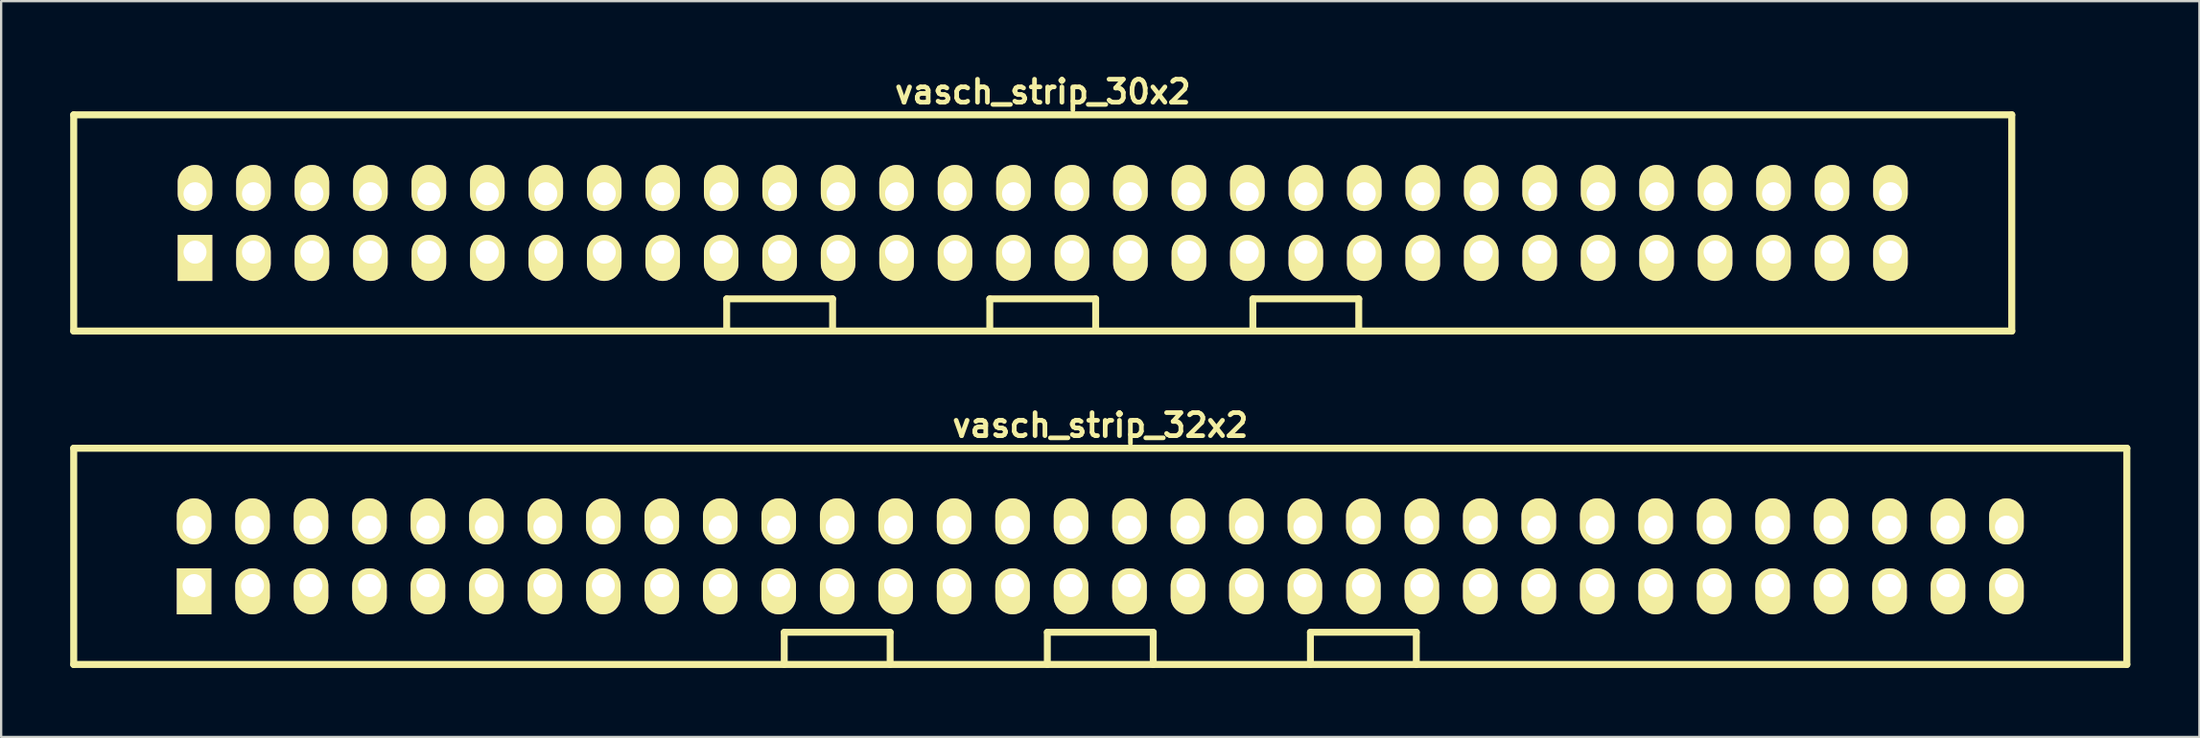
<source format=kicad_pcb>
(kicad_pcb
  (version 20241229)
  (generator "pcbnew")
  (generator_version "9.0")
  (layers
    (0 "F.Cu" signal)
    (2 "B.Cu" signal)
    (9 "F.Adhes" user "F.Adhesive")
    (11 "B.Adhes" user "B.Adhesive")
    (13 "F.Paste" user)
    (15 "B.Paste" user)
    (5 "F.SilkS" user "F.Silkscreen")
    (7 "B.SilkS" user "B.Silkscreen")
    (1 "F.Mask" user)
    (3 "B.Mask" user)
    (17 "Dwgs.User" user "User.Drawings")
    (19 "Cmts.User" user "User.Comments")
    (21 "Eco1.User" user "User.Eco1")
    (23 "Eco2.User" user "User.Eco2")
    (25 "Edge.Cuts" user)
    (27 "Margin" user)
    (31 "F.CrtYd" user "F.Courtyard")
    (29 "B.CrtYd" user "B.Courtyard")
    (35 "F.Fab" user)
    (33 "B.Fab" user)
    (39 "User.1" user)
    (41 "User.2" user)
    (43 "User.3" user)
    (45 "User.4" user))
  (footprint "vasch_strip_30x2"
    (layer "F.Cu")
    (at 42.252 6.642)
    (property "Reference" "vasch_strip_30x2" (at 0 -5.7 0) (layer "F.SilkS") (effects (font (size 1 1) (thickness 0.203))))
    (attr through_hole)
    (fp_line (start -42.1 -4.7) (end -42.1 4.7) (stroke (width 0.305) (type solid)) (layer "F.SilkS"))
    (fp_line (start -42.1 4.7) (end 42.1 4.7) (stroke (width 0.305) (type solid)) (layer "F.SilkS"))
    (fp_line (start -13.73 3.3) (end -13.73 4.7) (stroke (width 0.3) (type solid)) (layer "F.SilkS"))
    (fp_line (start -9.13 3.3) (end -13.73 3.3) (stroke (width 0.3) (type solid)) (layer "F.SilkS"))
    (fp_line (start -9.13 4.7) (end -9.13 3.3) (stroke (width 0.3) (type solid)) (layer "F.SilkS"))
    (fp_line (start -2.3 3.3) (end -2.3 4.7) (stroke (width 0.3) (type solid)) (layer "F.SilkS"))
    (fp_line (start 2.3 3.3) (end -2.3 3.3) (stroke (width 0.3) (type solid)) (layer "F.SilkS"))
    (fp_line (start 2.3 4.7) (end 2.3 3.3) (stroke (width 0.3) (type solid)) (layer "F.SilkS"))
    (fp_line (start 9.13 3.3) (end 9.13 4.7) (stroke (width 0.3) (type solid)) (layer "F.SilkS"))
    (fp_line (start 13.73 3.3) (end 9.13 3.3) (stroke (width 0.3) (type solid)) (layer "F.SilkS"))
    (fp_line (start 13.73 4.7) (end 13.73 3.3) (stroke (width 0.3) (type solid)) (layer "F.SilkS"))
    (fp_line (start 42.1 -4.7) (end -42.1 -4.7) (stroke (width 0.305) (type solid)) (layer "F.SilkS"))
    (fp_line (start 42.1 -4.7) (end 42.1 4.7) (stroke (width 0.305) (type solid)) (layer "F.SilkS"))
    (pad "1" thru_hole rect (at -36.83 1.27) (size 1.5 2) (drill 1 (offset 0 0.25)) (layers "*.Cu" "*.Mask" "F.SilkS"))
    (pad "2" thru_hole oval (at -36.83 -1.27) (size 1.5 2) (drill 1 (offset 0 -0.25)) (layers "*.Cu" "*.Mask" "F.SilkS"))
    (pad "3" thru_hole oval (at -34.29 1.27) (size 1.5 2) (drill 1 (offset 0 0.25)) (layers "*.Cu" "*.Mask" "F.SilkS"))
    (pad "4" thru_hole oval (at -34.29 -1.27) (size 1.5 2) (drill 1 (offset 0 -0.25)) (layers "*.Cu" "*.Mask" "F.SilkS"))
    (pad "5" thru_hole oval (at -31.75 1.27) (size 1.5 2) (drill 1 (offset 0 0.25)) (layers "*.Cu" "*.Mask" "F.SilkS"))
    (pad "6" thru_hole oval (at -31.75 -1.27) (size 1.5 2) (drill 1 (offset 0 -0.25)) (layers "*.Cu" "*.Mask" "F.SilkS"))
    (pad "7" thru_hole oval (at -29.21 1.27) (size 1.5 2) (drill 1 (offset 0 0.25)) (layers "*.Cu" "*.Mask" "F.SilkS"))
    (pad "8" thru_hole oval (at -29.21 -1.27) (size 1.5 2) (drill 1 (offset 0 -0.25)) (layers "*.Cu" "*.Mask" "F.SilkS"))
    (pad "9" thru_hole oval (at -26.67 1.27) (size 1.5 2) (drill 1 (offset 0 0.25)) (layers "*.Cu" "*.Mask" "F.SilkS"))
    (pad "10" thru_hole oval (at -26.67 -1.27) (size 1.5 2) (drill 1 (offset 0 -0.25)) (layers "*.Cu" "*.Mask" "F.SilkS"))
    (pad "11" thru_hole oval (at -24.13 1.27) (size 1.5 2) (drill 1 (offset 0 0.25)) (layers "*.Cu" "*.Mask" "F.SilkS"))
    (pad "12" thru_hole oval (at -24.13 -1.27) (size 1.5 2) (drill 1 (offset 0 -0.25)) (layers "*.Cu" "*.Mask" "F.SilkS"))
    (pad "13" thru_hole oval (at -21.59 1.27) (size 1.5 2) (drill 1 (offset 0 0.25)) (layers "*.Cu" "*.Mask" "F.SilkS"))
    (pad "14" thru_hole oval (at -21.59 -1.27) (size 1.5 2) (drill 1 (offset 0 -0.25)) (layers "*.Cu" "*.Mask" "F.SilkS"))
    (pad "15" thru_hole oval (at -19.05 1.27) (size 1.5 2) (drill 1 (offset 0 0.25)) (layers "*.Cu" "*.Mask" "F.SilkS"))
    (pad "16" thru_hole oval (at -19.05 -1.27) (size 1.5 2) (drill 1 (offset 0 -0.25)) (layers "*.Cu" "*.Mask" "F.SilkS"))
    (pad "17" thru_hole oval (at -16.51 1.27) (size 1.5 2) (drill 1 (offset 0 0.25)) (layers "*.Cu" "*.Mask" "F.SilkS"))
    (pad "18" thru_hole oval (at -16.51 -1.27) (size 1.5 2) (drill 1 (offset 0 -0.25)) (layers "*.Cu" "*.Mask" "F.SilkS"))
    (pad "19" thru_hole oval (at -13.97 1.27) (size 1.5 2) (drill 1 (offset 0 0.25)) (layers "*.Cu" "*.Mask" "F.SilkS"))
    (pad "20" thru_hole oval (at -13.97 -1.27) (size 1.5 2) (drill 1 (offset 0 -0.25)) (layers "*.Cu" "*.Mask" "F.SilkS"))
    (pad "21" thru_hole oval (at -11.43 1.27) (size 1.5 2) (drill 1 (offset 0 0.25)) (layers "*.Cu" "*.Mask" "F.SilkS"))
    (pad "22" thru_hole oval (at -11.43 -1.27) (size 1.5 2) (drill 1 (offset 0 -0.25)) (layers "*.Cu" "*.Mask" "F.SilkS"))
    (pad "23" thru_hole oval (at -8.89 1.27) (size 1.5 2) (drill 1 (offset 0 0.25)) (layers "*.Cu" "*.Mask" "F.SilkS"))
    (pad "24" thru_hole oval (at -8.89 -1.27) (size 1.5 2) (drill 1 (offset 0 -0.25)) (layers "*.Cu" "*.Mask" "F.SilkS"))
    (pad "25" thru_hole oval (at -6.35 1.27) (size 1.5 2) (drill 1 (offset 0 0.25)) (layers "*.Cu" "*.Mask" "F.SilkS"))
    (pad "26" thru_hole oval (at -6.35 -1.27) (size 1.5 2) (drill 1 (offset 0 -0.25)) (layers "*.Cu" "*.Mask" "F.SilkS"))
    (pad "27" thru_hole oval (at -3.81 1.27) (size 1.5 2) (drill 1 (offset 0 0.25)) (layers "*.Cu" "*.Mask" "F.SilkS"))
    (pad "28" thru_hole oval (at -3.81 -1.27) (size 1.5 2) (drill 1 (offset 0 -0.25)) (layers "*.Cu" "*.Mask" "F.SilkS"))
    (pad "29" thru_hole oval (at -1.27 1.27) (size 1.5 2) (drill 1 (offset 0 0.25)) (layers "*.Cu" "*.Mask" "F.SilkS"))
    (pad "30" thru_hole oval (at -1.27 -1.27) (size 1.5 2) (drill 1 (offset 0 -0.25)) (layers "*.Cu" "*.Mask" "F.SilkS"))
    (pad "31" thru_hole oval (at 1.27 1.27) (size 1.5 2) (drill 1 (offset 0 0.25)) (layers "*.Cu" "*.Mask" "F.SilkS"))
    (pad "32" thru_hole oval (at 1.27 -1.27) (size 1.5 2) (drill 1 (offset 0 -0.25)) (layers "*.Cu" "*.Mask" "F.SilkS"))
    (pad "33" thru_hole oval (at 3.81 1.27) (size 1.5 2) (drill 1 (offset 0 0.25)) (layers "*.Cu" "*.Mask" "F.SilkS"))
    (pad "34" thru_hole oval (at 3.81 -1.27) (size 1.5 2) (drill 1 (offset 0 -0.25)) (layers "*.Cu" "*.Mask" "F.SilkS"))
    (pad "35" thru_hole oval (at 6.35 1.27) (size 1.5 2) (drill 1 (offset 0 0.25)) (layers "*.Cu" "*.Mask" "F.SilkS"))
    (pad "36" thru_hole oval (at 6.35 -1.27) (size 1.5 2) (drill 1 (offset 0 -0.25)) (layers "*.Cu" "*.Mask" "F.SilkS"))
    (pad "37" thru_hole oval (at 8.89 1.27) (size 1.5 2) (drill 1 (offset 0 0.25)) (layers "*.Cu" "*.Mask" "F.SilkS"))
    (pad "38" thru_hole oval (at 8.89 -1.27) (size 1.5 2) (drill 1 (offset 0 -0.25)) (layers "*.Cu" "*.Mask" "F.SilkS"))
    (pad "39" thru_hole oval (at 11.43 1.27) (size 1.5 2) (drill 1 (offset 0 0.25)) (layers "*.Cu" "*.Mask" "F.SilkS"))
    (pad "40" thru_hole oval (at 11.43 -1.27) (size 1.5 2) (drill 1 (offset 0 -0.25)) (layers "*.Cu" "*.Mask" "F.SilkS"))
    (pad "41" thru_hole oval (at 13.97 1.27) (size 1.5 2) (drill 1 (offset 0 0.25)) (layers "*.Cu" "*.Mask" "F.SilkS"))
    (pad "42" thru_hole oval (at 13.97 -1.27) (size 1.5 2) (drill 1 (offset 0 -0.25)) (layers "*.Cu" "*.Mask" "F.SilkS"))
    (pad "43" thru_hole oval (at 16.51 1.27) (size 1.5 2) (drill 1 (offset 0 0.25)) (layers "*.Cu" "*.Mask" "F.SilkS"))
    (pad "44" thru_hole oval (at 16.51 -1.27) (size 1.5 2) (drill 1 (offset 0 -0.25)) (layers "*.Cu" "*.Mask" "F.SilkS"))
    (pad "45" thru_hole oval (at 19.05 1.27) (size 1.5 2) (drill 1 (offset 0 0.25)) (layers "*.Cu" "*.Mask" "F.SilkS"))
    (pad "46" thru_hole oval (at 19.05 -1.27) (size 1.5 2) (drill 1 (offset 0 -0.25)) (layers "*.Cu" "*.Mask" "F.SilkS"))
    (pad "47" thru_hole oval (at 21.59 1.27) (size 1.5 2) (drill 1 (offset 0 0.25)) (layers "*.Cu" "*.Mask" "F.SilkS"))
    (pad "48" thru_hole oval (at 21.59 -1.27) (size 1.5 2) (drill 1 (offset 0 -0.25)) (layers "*.Cu" "*.Mask" "F.SilkS"))
    (pad "49" thru_hole oval (at 24.13 1.27) (size 1.5 2) (drill 1 (offset 0 0.25)) (layers "*.Cu" "*.Mask" "F.SilkS"))
    (pad "50" thru_hole oval (at 24.13 -1.27) (size 1.5 2) (drill 1 (offset 0 -0.25)) (layers "*.Cu" "*.Mask" "F.SilkS"))
    (pad "51" thru_hole oval (at 26.67 1.27) (size 1.5 2) (drill 1 (offset 0 0.25)) (layers "*.Cu" "*.Mask" "F.SilkS"))
    (pad "52" thru_hole oval (at 26.67 -1.27) (size 1.5 2) (drill 1 (offset 0 -0.25)) (layers "*.Cu" "*.Mask" "F.SilkS"))
    (pad "53" thru_hole oval (at 29.21 1.27) (size 1.5 2) (drill 1 (offset 0 0.25)) (layers "*.Cu" "*.Mask" "F.SilkS"))
    (pad "54" thru_hole oval (at 29.21 -1.27) (size 1.5 2) (drill 1 (offset 0 -0.25)) (layers "*.Cu" "*.Mask" "F.SilkS"))
    (pad "55" thru_hole oval (at 31.75 1.27) (size 1.5 2) (drill 1 (offset 0 0.25)) (layers "*.Cu" "*.Mask" "F.SilkS"))
    (pad "56" thru_hole oval (at 31.75 -1.27) (size 1.5 2) (drill 1 (offset 0 -0.25)) (layers "*.Cu" "*.Mask" "F.SilkS"))
    (pad "57" thru_hole oval (at 34.29 1.27) (size 1.5 2) (drill 1 (offset 0 0.25)) (layers "*.Cu" "*.Mask" "F.SilkS"))
    (pad "58" thru_hole oval (at 34.29 -1.27) (size 1.5 2) (drill 1 (offset 0 -0.25)) (layers "*.Cu" "*.Mask" "F.SilkS"))
    (pad "59" thru_hole oval (at 36.83 1.27) (size 1.5 2) (drill 1 (offset 0 0.25)) (layers "*.Cu" "*.Mask" "F.SilkS"))
    (pad "60" thru_hole oval (at 36.83 -1.27) (size 1.5 2) (drill 1 (offset 0 -0.25)) (layers "*.Cu" "*.Mask" "F.SilkS")))
  (footprint "vasch_strip_32x2"
    (layer "F.Cu")
    (at 44.752 21.136)
    (property "Reference" "vasch_strip_32x2" (at 0 -5.7 0) (layer "F.SilkS") (effects (font (size 1 1) (thickness 0.203))))
    (attr through_hole)
    (fp_line (start -44.6 -4.7) (end -44.6 4.7) (stroke (width 0.305) (type solid)) (layer "F.SilkS"))
    (fp_line (start -44.6 4.7) (end 44.6 4.7) (stroke (width 0.305) (type solid)) (layer "F.SilkS"))
    (fp_line (start -13.73 3.3) (end -13.73 4.7) (stroke (width 0.3) (type solid)) (layer "F.SilkS"))
    (fp_line (start -9.13 3.3) (end -13.73 3.3) (stroke (width 0.3) (type solid)) (layer "F.SilkS"))
    (fp_line (start -9.13 4.7) (end -9.13 3.3) (stroke (width 0.3) (type solid)) (layer "F.SilkS"))
    (fp_line (start -2.3 3.3) (end -2.3 4.7) (stroke (width 0.3) (type solid)) (layer "F.SilkS"))
    (fp_line (start 2.3 3.3) (end -2.3 3.3) (stroke (width 0.3) (type solid)) (layer "F.SilkS"))
    (fp_line (start 2.3 4.7) (end 2.3 3.3) (stroke (width 0.3) (type solid)) (layer "F.SilkS"))
    (fp_line (start 9.13 3.3) (end 9.13 4.7) (stroke (width 0.3) (type solid)) (layer "F.SilkS"))
    (fp_line (start 13.73 3.3) (end 9.13 3.3) (stroke (width 0.3) (type solid)) (layer "F.SilkS"))
    (fp_line (start 13.73 4.7) (end 13.73 3.3) (stroke (width 0.3) (type solid)) (layer "F.SilkS"))
    (fp_line (start 44.6 -4.7) (end -44.6 -4.7) (stroke (width 0.305) (type solid)) (layer "F.SilkS"))
    (fp_line (start 44.6 -4.7) (end 44.6 4.7) (stroke (width 0.305) (type solid)) (layer "F.SilkS"))
    (pad "1" thru_hole rect (at -39.37 1.27) (size 1.5 2) (drill 1 (offset 0 0.25)) (layers "*.Cu" "*.Mask" "F.SilkS"))
    (pad "2" thru_hole oval (at -39.37 -1.27) (size 1.5 2) (drill 1 (offset 0 -0.25)) (layers "*.Cu" "*.Mask" "F.SilkS"))
    (pad "3" thru_hole oval (at -36.83 1.27) (size 1.5 2) (drill 1 (offset 0 0.25)) (layers "*.Cu" "*.Mask" "F.SilkS"))
    (pad "4" thru_hole oval (at -36.83 -1.27) (size 1.5 2) (drill 1 (offset 0 -0.25)) (layers "*.Cu" "*.Mask" "F.SilkS"))
    (pad "5" thru_hole oval (at -34.29 1.27) (size 1.5 2) (drill 1 (offset 0 0.25)) (layers "*.Cu" "*.Mask" "F.SilkS"))
    (pad "6" thru_hole oval (at -34.29 -1.27) (size 1.5 2) (drill 1 (offset 0 -0.25)) (layers "*.Cu" "*.Mask" "F.SilkS"))
    (pad "7" thru_hole oval (at -31.75 1.27) (size 1.5 2) (drill 1 (offset 0 0.25)) (layers "*.Cu" "*.Mask" "F.SilkS"))
    (pad "8" thru_hole oval (at -31.75 -1.27) (size 1.5 2) (drill 1 (offset 0 -0.25)) (layers "*.Cu" "*.Mask" "F.SilkS"))
    (pad "9" thru_hole oval (at -29.21 1.27) (size 1.5 2) (drill 1 (offset 0 0.25)) (layers "*.Cu" "*.Mask" "F.SilkS"))
    (pad "10" thru_hole oval (at -29.21 -1.27) (size 1.5 2) (drill 1 (offset 0 -0.25)) (layers "*.Cu" "*.Mask" "F.SilkS"))
    (pad "11" thru_hole oval (at -26.67 1.27) (size 1.5 2) (drill 1 (offset 0 0.25)) (layers "*.Cu" "*.Mask" "F.SilkS"))
    (pad "12" thru_hole oval (at -26.67 -1.27) (size 1.5 2) (drill 1 (offset 0 -0.25)) (layers "*.Cu" "*.Mask" "F.SilkS"))
    (pad "13" thru_hole oval (at -24.13 1.27) (size 1.5 2) (drill 1 (offset 0 0.25)) (layers "*.Cu" "*.Mask" "F.SilkS"))
    (pad "14" thru_hole oval (at -24.13 -1.27) (size 1.5 2) (drill 1 (offset 0 -0.25)) (layers "*.Cu" "*.Mask" "F.SilkS"))
    (pad "15" thru_hole oval (at -21.59 1.27) (size 1.5 2) (drill 1 (offset 0 0.25)) (layers "*.Cu" "*.Mask" "F.SilkS"))
    (pad "16" thru_hole oval (at -21.59 -1.27) (size 1.5 2) (drill 1 (offset 0 -0.25)) (layers "*.Cu" "*.Mask" "F.SilkS"))
    (pad "17" thru_hole oval (at -19.05 1.27) (size 1.5 2) (drill 1 (offset 0 0.25)) (layers "*.Cu" "*.Mask" "F.SilkS"))
    (pad "18" thru_hole oval (at -19.05 -1.27) (size 1.5 2) (drill 1 (offset 0 -0.25)) (layers "*.Cu" "*.Mask" "F.SilkS"))
    (pad "19" thru_hole oval (at -16.51 1.27) (size 1.5 2) (drill 1 (offset 0 0.25)) (layers "*.Cu" "*.Mask" "F.SilkS"))
    (pad "20" thru_hole oval (at -16.51 -1.27) (size 1.5 2) (drill 1 (offset 0 -0.25)) (layers "*.Cu" "*.Mask" "F.SilkS"))
    (pad "21" thru_hole oval (at -13.97 1.27) (size 1.5 2) (drill 1 (offset 0 0.25)) (layers "*.Cu" "*.Mask" "F.SilkS"))
    (pad "22" thru_hole oval (at -13.97 -1.27) (size 1.5 2) (drill 1 (offset 0 -0.25)) (layers "*.Cu" "*.Mask" "F.SilkS"))
    (pad "23" thru_hole oval (at -11.43 1.27) (size 1.5 2) (drill 1 (offset 0 0.25)) (layers "*.Cu" "*.Mask" "F.SilkS"))
    (pad "24" thru_hole oval (at -11.43 -1.27) (size 1.5 2) (drill 1 (offset 0 -0.25)) (layers "*.Cu" "*.Mask" "F.SilkS"))
    (pad "25" thru_hole oval (at -8.89 1.27) (size 1.5 2) (drill 1 (offset 0 0.25)) (layers "*.Cu" "*.Mask" "F.SilkS"))
    (pad "26" thru_hole oval (at -8.89 -1.27) (size 1.5 2) (drill 1 (offset 0 -0.25)) (layers "*.Cu" "*.Mask" "F.SilkS"))
    (pad "27" thru_hole oval (at -6.35 1.27) (size 1.5 2) (drill 1 (offset 0 0.25)) (layers "*.Cu" "*.Mask" "F.SilkS"))
    (pad "28" thru_hole oval (at -6.35 -1.27) (size 1.5 2) (drill 1 (offset 0 -0.25)) (layers "*.Cu" "*.Mask" "F.SilkS"))
    (pad "29" thru_hole oval (at -3.81 1.27) (size 1.5 2) (drill 1 (offset 0 0.25)) (layers "*.Cu" "*.Mask" "F.SilkS"))
    (pad "30" thru_hole oval (at -3.81 -1.27) (size 1.5 2) (drill 1 (offset 0 -0.25)) (layers "*.Cu" "*.Mask" "F.SilkS"))
    (pad "31" thru_hole oval (at -1.27 1.27) (size 1.5 2) (drill 1 (offset 0 0.25)) (layers "*.Cu" "*.Mask" "F.SilkS"))
    (pad "32" thru_hole oval (at -1.27 -1.27) (size 1.5 2) (drill 1 (offset 0 -0.25)) (layers "*.Cu" "*.Mask" "F.SilkS"))
    (pad "33" thru_hole oval (at 1.27 1.27) (size 1.5 2) (drill 1 (offset 0 0.25)) (layers "*.Cu" "*.Mask" "F.SilkS"))
    (pad "34" thru_hole oval (at 1.27 -1.27) (size 1.5 2) (drill 1 (offset 0 -0.25)) (layers "*.Cu" "*.Mask" "F.SilkS"))
    (pad "35" thru_hole oval (at 3.81 1.27) (size 1.5 2) (drill 1 (offset 0 0.25)) (layers "*.Cu" "*.Mask" "F.SilkS"))
    (pad "36" thru_hole oval (at 3.81 -1.27) (size 1.5 2) (drill 1 (offset 0 -0.25)) (layers "*.Cu" "*.Mask" "F.SilkS"))
    (pad "37" thru_hole oval (at 6.35 1.27) (size 1.5 2) (drill 1 (offset 0 0.25)) (layers "*.Cu" "*.Mask" "F.SilkS"))
    (pad "38" thru_hole oval (at 6.35 -1.27) (size 1.5 2) (drill 1 (offset 0 -0.25)) (layers "*.Cu" "*.Mask" "F.SilkS"))
    (pad "39" thru_hole oval (at 8.89 1.27) (size 1.5 2) (drill 1 (offset 0 0.25)) (layers "*.Cu" "*.Mask" "F.SilkS"))
    (pad "40" thru_hole oval (at 8.89 -1.27) (size 1.5 2) (drill 1 (offset 0 -0.25)) (layers "*.Cu" "*.Mask" "F.SilkS"))
    (pad "41" thru_hole oval (at 11.43 1.27) (size 1.5 2) (drill 1 (offset 0 0.25)) (layers "*.Cu" "*.Mask" "F.SilkS"))
    (pad "42" thru_hole oval (at 11.43 -1.27) (size 1.5 2) (drill 1 (offset 0 -0.25)) (layers "*.Cu" "*.Mask" "F.SilkS"))
    (pad "43" thru_hole oval (at 13.97 1.27) (size 1.5 2) (drill 1 (offset 0 0.25)) (layers "*.Cu" "*.Mask" "F.SilkS"))
    (pad "44" thru_hole oval (at 13.97 -1.27) (size 1.5 2) (drill 1 (offset 0 -0.25)) (layers "*.Cu" "*.Mask" "F.SilkS"))
    (pad "45" thru_hole oval (at 16.51 1.27) (size 1.5 2) (drill 1 (offset 0 0.25)) (layers "*.Cu" "*.Mask" "F.SilkS"))
    (pad "46" thru_hole oval (at 16.51 -1.27) (size 1.5 2) (drill 1 (offset 0 -0.25)) (layers "*.Cu" "*.Mask" "F.SilkS"))
    (pad "47" thru_hole oval (at 19.05 1.27) (size 1.5 2) (drill 1 (offset 0 0.25)) (layers "*.Cu" "*.Mask" "F.SilkS"))
    (pad "48" thru_hole oval (at 19.05 -1.27) (size 1.5 2) (drill 1 (offset 0 -0.25)) (layers "*.Cu" "*.Mask" "F.SilkS"))
    (pad "49" thru_hole oval (at 21.59 1.27) (size 1.5 2) (drill 1 (offset 0 0.25)) (layers "*.Cu" "*.Mask" "F.SilkS"))
    (pad "50" thru_hole oval (at 21.59 -1.27) (size 1.5 2) (drill 1 (offset 0 -0.25)) (layers "*.Cu" "*.Mask" "F.SilkS"))
    (pad "51" thru_hole oval (at 24.13 1.27) (size 1.5 2) (drill 1 (offset 0 0.25)) (layers "*.Cu" "*.Mask" "F.SilkS"))
    (pad "52" thru_hole oval (at 24.13 -1.27) (size 1.5 2) (drill 1 (offset 0 -0.25)) (layers "*.Cu" "*.Mask" "F.SilkS"))
    (pad "53" thru_hole oval (at 26.67 1.27) (size 1.5 2) (drill 1 (offset 0 0.25)) (layers "*.Cu" "*.Mask" "F.SilkS"))
    (pad "54" thru_hole oval (at 26.67 -1.27) (size 1.5 2) (drill 1 (offset 0 -0.25)) (layers "*.Cu" "*.Mask" "F.SilkS"))
    (pad "55" thru_hole oval (at 29.21 1.27) (size 1.5 2) (drill 1 (offset 0 0.25)) (layers "*.Cu" "*.Mask" "F.SilkS"))
    (pad "56" thru_hole oval (at 29.21 -1.27) (size 1.5 2) (drill 1 (offset 0 -0.25)) (layers "*.Cu" "*.Mask" "F.SilkS"))
    (pad "57" thru_hole oval (at 31.75 1.27) (size 1.5 2) (drill 1 (offset 0 0.25)) (layers "*.Cu" "*.Mask" "F.SilkS"))
    (pad "58" thru_hole oval (at 31.75 -1.27) (size 1.5 2) (drill 1 (offset 0 -0.25)) (layers "*.Cu" "*.Mask" "F.SilkS"))
    (pad "59" thru_hole oval (at 34.29 1.27) (size 1.5 2) (drill 1 (offset 0 0.25)) (layers "*.Cu" "*.Mask" "F.SilkS"))
    (pad "60" thru_hole oval (at 34.29 -1.27) (size 1.5 2) (drill 1 (offset 0 -0.25)) (layers "*.Cu" "*.Mask" "F.SilkS"))
    (pad "61" thru_hole oval (at 36.83 1.27) (size 1.5 2) (drill 1 (offset 0 0.25)) (layers "*.Cu" "*.Mask" "F.SilkS"))
    (pad "62" thru_hole oval (at 36.83 -1.27) (size 1.5 2) (drill 1 (offset 0 -0.25)) (layers "*.Cu" "*.Mask" "F.SilkS"))
    (pad "63" thru_hole oval (at 39.37 1.27) (size 1.5 2) (drill 1 (offset 0 0.25)) (layers "*.Cu" "*.Mask" "F.SilkS"))
    (pad "64" thru_hole oval (at 39.37 -1.27) (size 1.5 2) (drill 1 (offset 0 -0.25)) (layers "*.Cu" "*.Mask" "F.SilkS")))
  (gr_rect
    (start -3 -3)
    (end 92.505 28.988)
    (stroke (width 0.1) (type default))
    (fill no)
    (layer "Edge.Cuts")))
</source>
